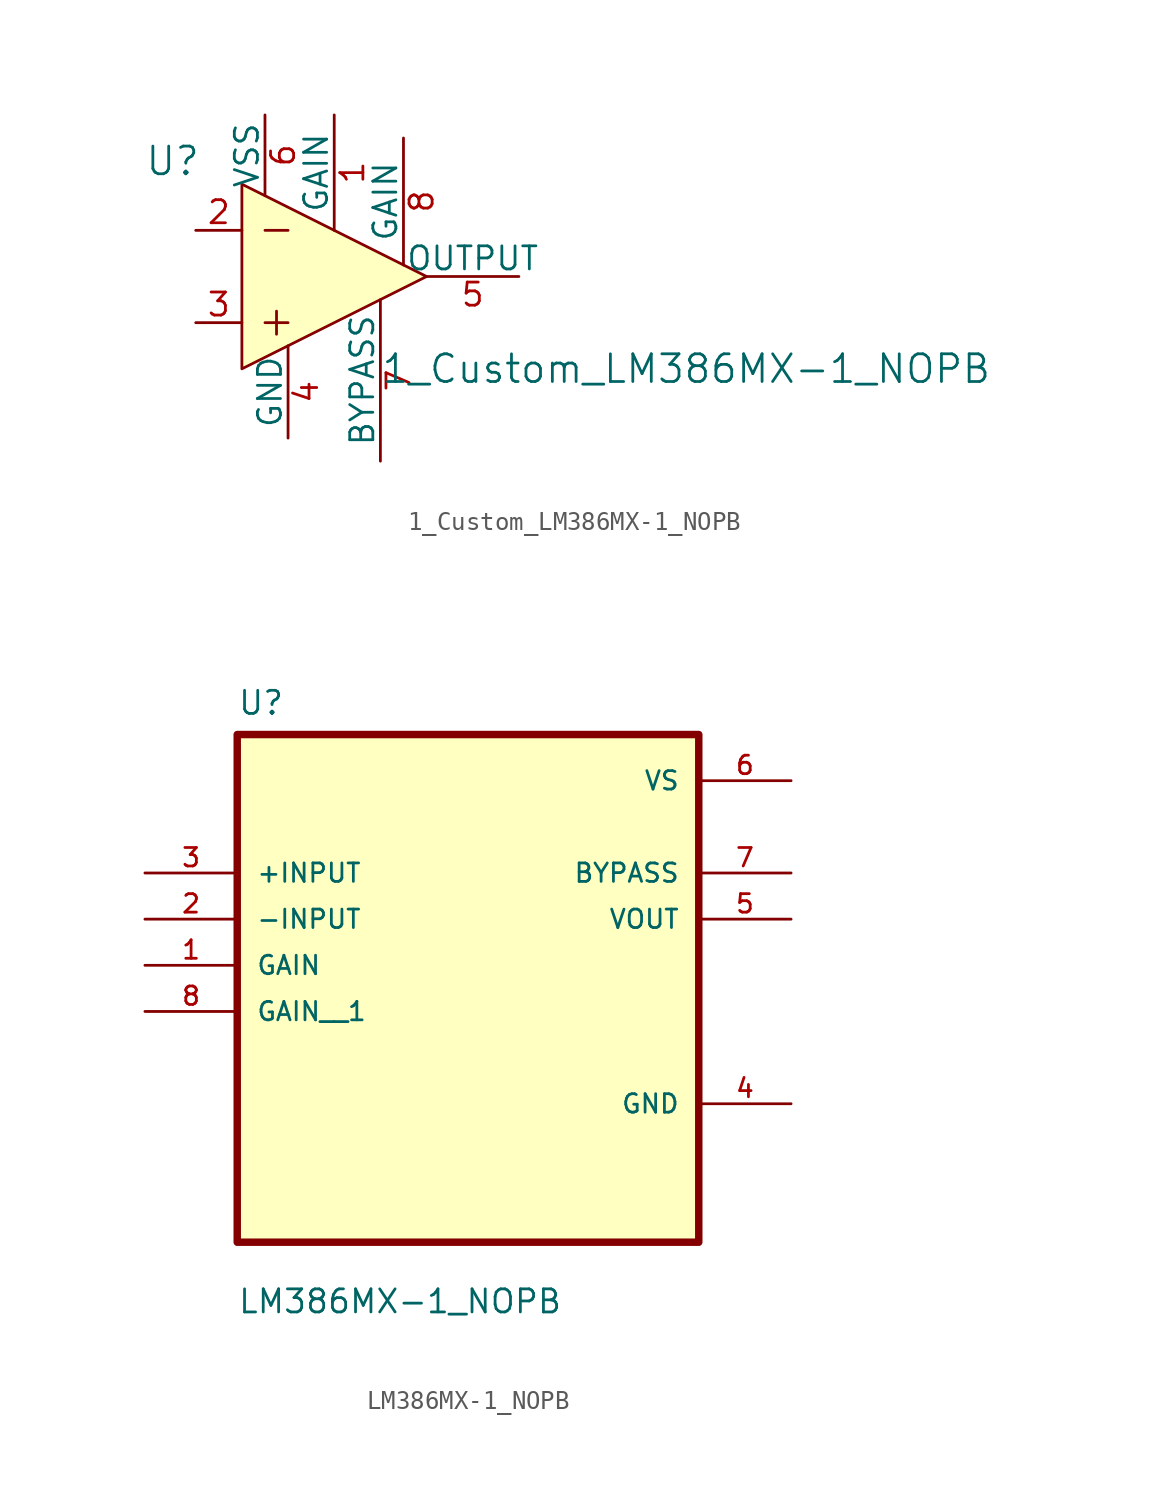
<source format=kicad_sym>
(kicad_symbol_lib
  (version 20241209)
  (generator "kicad_symbol_editor")
  (generator_version "9.0")
  (symbol "1_Custom_LM386MX-1_NOPB"
    (pin_names
      (offset 0))
    (property "Reference" "U"
      (at -8.89 6.35 0)
      (effects (font (size 1.524 1.524))))
    (property "Value" "1_Custom_LM386MX-1_NOPB"
      (at 2.54 -5.08 0)
      (effects (font (size 1.524 1.524)) (justify left)))
    (symbol "1_Custom_LM386MX-1_NOPB_0_1"
      (polyline (pts (xy -5.08 5.08) (xy -5.08 -5.08) (xy 5.08 0) (xy -5.08 5.08)) (stroke (width 0) (type solid)) (fill (type background)))
      (polyline (pts (xy -3.81 2.54) (xy -2.54 2.54)) (stroke (width 0) (type solid)) (fill (type none)))
      (polyline (pts (xy -3.81 -2.54) (xy -2.54 -2.54)) (stroke (width 0) (type solid)) (fill (type none)))
      (polyline (pts (xy -3.175 -1.905) (xy -3.175 -3.175)) (stroke (width 0) (type solid)) (fill (type none))))
    (symbol "1_Custom_LM386MX-1_NOPB_1_1"
      (pin input line (at -7.62 2.54 0) (length 2.54) (name "~" (effects (font (size 1.27 1.27)))) (number "2" (effects (font (size 1.27 1.27)))))
      (pin input line (at -7.62 -2.54 0) (length 2.54) (name "~" (effects (font (size 1.27 1.27)))) (number "3" (effects (font (size 1.27 1.27)))))
      (pin power_in line (at -3.81 8.89 270) (length 4.445) (name "VSS" (effects (font (size 1.27 1.27)))) (number "6" (effects (font (size 1.27 1.27)))))
      (pin power_in line (at -2.54 -8.89 90) (length 5.08) (name "GND" (effects (font (size 1.27 1.27)))) (number "4" (effects (font (size 1.27 1.27)))))
      (pin passive line (at 0 8.89 270) (length 6.35) (name "GAIN" (effects (font (size 1.27 1.27)))) (number "1" (effects (font (size 1.27 1.27)))))
      (pin passive line (at 2.54 -10.16 90) (length 8.89) (name "BYPASS" (effects (font (size 1.27 1.27)))) (number "7" (effects (font (size 1.27 1.27)))))
      (pin passive line (at 3.81 7.62 270) (length 6.985) (name "GAIN" (effects (font (size 1.27 1.27)))) (number "8" (effects (font (size 1.27 1.27)))))
      (pin output line (at 10.16 0 180) (length 5.08) (name "OUTPUT" (effects (font (size 1.27 1.27)))) (number "5" (effects (font (size 1.27 1.27)))))))
  (symbol "LM386MX-1_NOPB"
    (pin_names
      (offset 1.016))
    (property "Reference" "U"
      (at -12.7 13.7 0)
      (effects (font (size 1.27 1.27)) (justify left bottom)))
    (property "Value" "LM386MX-1_NOPB"
      (at -12.7 -19.24 0)
      (effects (font (size 1.27 1.27)) (justify left bottom)))
    (symbol "LM386MX-1_NOPB_0_0"
      (rectangle (start -12.7 -15.24) (end 12.7 12.7) (stroke (width 0.41) (type default)) (fill (type background)))
      (pin input line (at -17.78 5.08 0) (length 5.08) (name "+INPUT" (effects (font (size 1.016 1.016)))) (number "3" (effects (font (size 1.016 1.016)))))
      (pin input line (at -17.78 2.54 0) (length 5.08) (name "-INPUT" (effects (font (size 1.016 1.016)))) (number "2" (effects (font (size 1.016 1.016)))))
      (pin input line (at -17.78 0 0) (length 5.08) (name "GAIN" (effects (font (size 1.016 1.016)))) (number "1" (effects (font (size 1.016 1.016)))))
      (pin input line (at -17.78 -2.54 0) (length 5.08) (name "GAIN__1" (effects (font (size 1.016 1.016)))) (number "8" (effects (font (size 1.016 1.016)))))
      (pin power_in line (at 17.78 10.16 180) (length 5.08) (name "VS" (effects (font (size 1.016 1.016)))) (number "6" (effects (font (size 1.016 1.016)))))
      (pin output line (at 17.78 5.08 180) (length 5.08) (name "BYPASS" (effects (font (size 1.016 1.016)))) (number "7" (effects (font (size 1.016 1.016)))))
      (pin output line (at 17.78 2.54 180) (length 5.08) (name "VOUT" (effects (font (size 1.016 1.016)))) (number "5" (effects (font (size 1.016 1.016)))))
      (pin power_in line (at 17.78 -7.62 180) (length 5.08) (name "GND" (effects (font (size 1.016 1.016)))) (number "4" (effects (font (size 1.016 1.016))))))))
</source>
